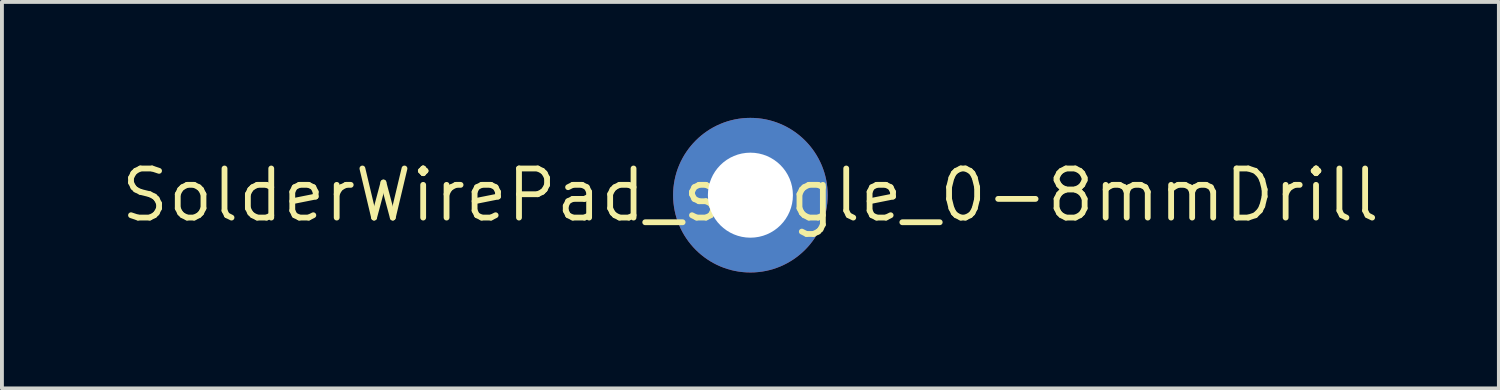
<source format=kicad_pcb>
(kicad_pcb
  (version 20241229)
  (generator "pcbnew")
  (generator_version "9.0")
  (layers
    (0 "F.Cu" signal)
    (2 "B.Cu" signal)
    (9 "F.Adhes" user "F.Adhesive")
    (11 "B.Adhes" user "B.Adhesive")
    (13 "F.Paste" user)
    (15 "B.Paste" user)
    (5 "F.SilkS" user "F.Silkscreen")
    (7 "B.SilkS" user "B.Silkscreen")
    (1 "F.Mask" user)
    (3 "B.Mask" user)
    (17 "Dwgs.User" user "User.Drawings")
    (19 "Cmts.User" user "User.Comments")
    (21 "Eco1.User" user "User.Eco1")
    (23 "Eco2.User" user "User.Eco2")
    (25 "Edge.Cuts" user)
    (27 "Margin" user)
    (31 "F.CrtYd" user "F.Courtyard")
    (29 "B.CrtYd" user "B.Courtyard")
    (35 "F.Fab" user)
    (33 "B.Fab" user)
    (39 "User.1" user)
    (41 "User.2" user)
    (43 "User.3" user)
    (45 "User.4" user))
  (footprint "SolderWirePad_single_0-8mmDrill"
    (layer "F.Cu")
    (at 16.366 2)
    (property "Reference" "SolderWirePad_single_0-8mmDrill" (at 0 0 0) (layer "F.SilkS") (effects (font (size 1.27 1.27) (thickness 0.15))))
    (attr through_hole)
    (pad "5" thru_hole circle (at 0 0) (size 4 4) (drill 2.2) (layers "*.Cu" "*.Mask")))
  (gr_rect
    (start -3 -3)
    (end 35.732 7)
    (stroke (width 0.1) (type default))
    (fill no)
    (layer "Edge.Cuts")))
</source>
